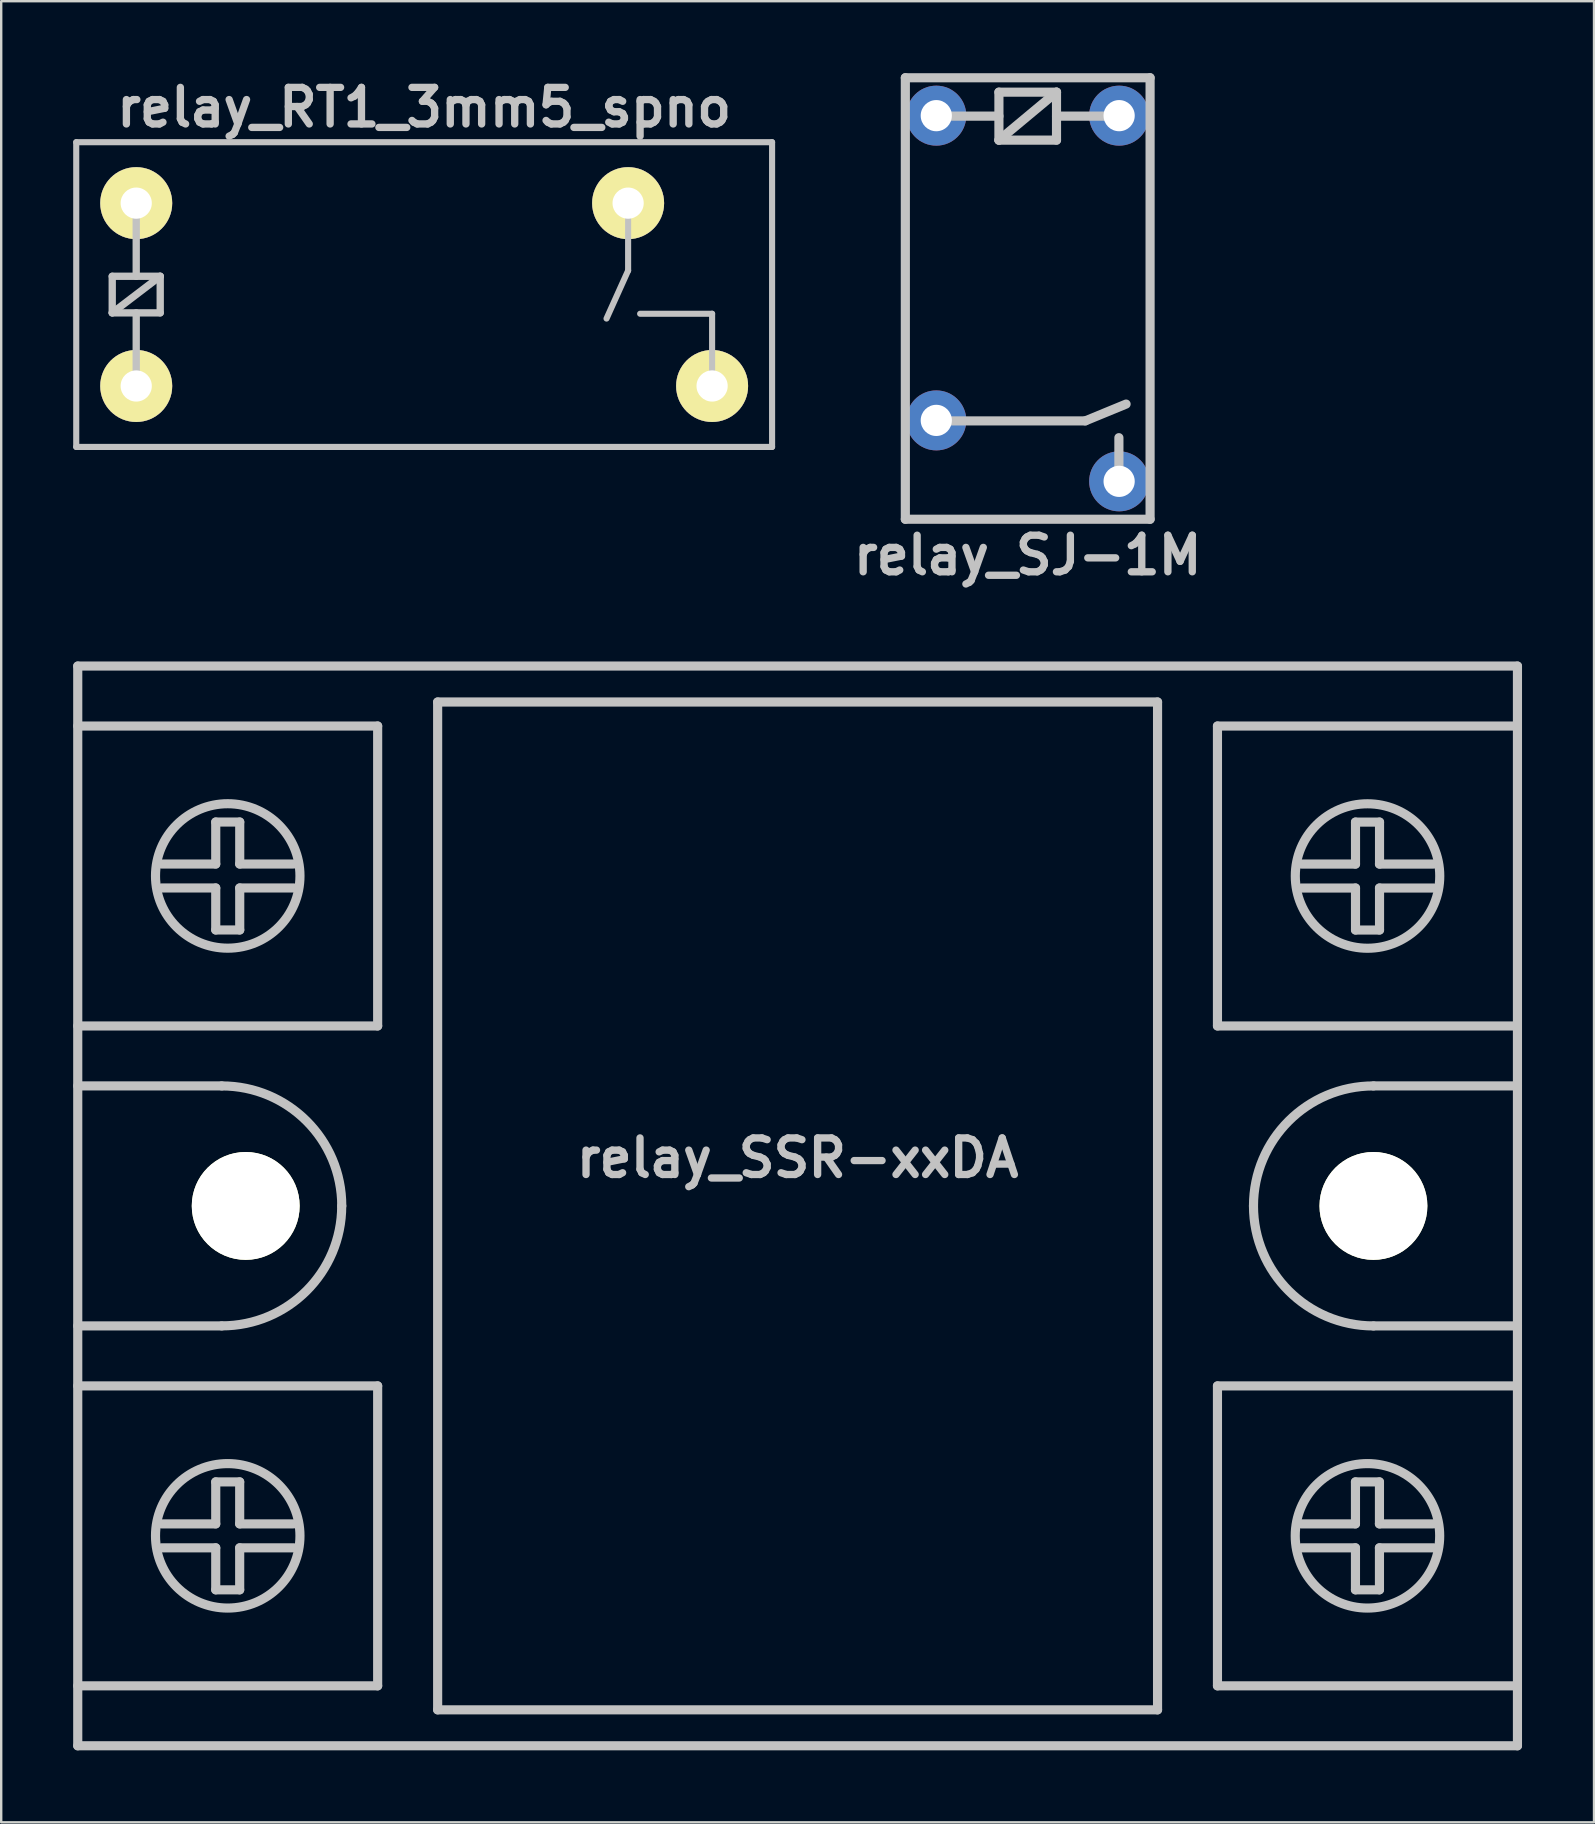
<source format=kicad_pcb>
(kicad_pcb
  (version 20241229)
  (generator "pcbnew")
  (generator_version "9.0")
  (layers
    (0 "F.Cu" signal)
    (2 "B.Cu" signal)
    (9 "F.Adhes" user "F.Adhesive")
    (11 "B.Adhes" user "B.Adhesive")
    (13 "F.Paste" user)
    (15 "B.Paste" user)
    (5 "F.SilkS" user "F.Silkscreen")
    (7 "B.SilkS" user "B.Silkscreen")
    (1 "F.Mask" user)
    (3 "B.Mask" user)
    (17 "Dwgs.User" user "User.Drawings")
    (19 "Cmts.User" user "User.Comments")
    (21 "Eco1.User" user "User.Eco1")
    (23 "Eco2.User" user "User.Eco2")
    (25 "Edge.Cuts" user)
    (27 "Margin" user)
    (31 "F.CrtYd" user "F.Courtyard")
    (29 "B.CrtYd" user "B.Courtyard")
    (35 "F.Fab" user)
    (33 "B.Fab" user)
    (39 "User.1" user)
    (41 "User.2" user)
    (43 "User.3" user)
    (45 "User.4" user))
  (footprint "relay_SSR-xxDA"
    (layer "F.Cu")
    (at 30.19 47.207)
    (property "Reference" "relay_SSR-xxDA" (at 0 -1.999 0) (layer "Dwgs.User") (effects (font (size 1.524 1.524) (thickness 0.305))))
    (attr through_hole)
    (fp_line (start -30 -22.499) (end 30 -22.499) (stroke (width 0.381) (type solid)) (layer "Dwgs.User"))
    (fp_line (start -30 -7.501) (end -17.501 -7.501) (stroke (width 0.381) (type solid)) (layer "Dwgs.User"))
    (fp_line (start -30 20) (end -17.501 20) (stroke (width 0.381) (type solid)) (layer "Dwgs.User"))
    (fp_line (start -30 22.499) (end -30 -22.499) (stroke (width 0.381) (type solid)) (layer "Dwgs.User"))
    (fp_line (start -26.5 -14.249) (end -24.249 -14.249) (stroke (width 0.381) (type solid)) (layer "Dwgs.User"))
    (fp_line (start -26.5 13.251) (end -24.249 13.251) (stroke (width 0.381) (type solid)) (layer "Dwgs.User"))
    (fp_line (start -24.249 -15.999) (end -24.249 -14.249) (stroke (width 0.381) (type solid)) (layer "Dwgs.User"))
    (fp_line (start -24.249 -15.999) (end -23.249 -15.999) (stroke (width 0.381) (type solid)) (layer "Dwgs.User"))
    (fp_line (start -24.249 -13.251) (end -26.5 -13.251) (stroke (width 0.381) (type solid)) (layer "Dwgs.User"))
    (fp_line (start -24.249 -11.501) (end -24.249 -13.251) (stroke (width 0.381) (type solid)) (layer "Dwgs.User"))
    (fp_line (start -24.249 -11.501) (end -23.249 -11.501) (stroke (width 0.381) (type solid)) (layer "Dwgs.User"))
    (fp_line (start -24.249 11.501) (end -23.251 11.501) (stroke (width 0.381) (type solid)) (layer "Dwgs.User"))
    (fp_line (start -24.249 13.251) (end -24.249 11.501) (stroke (width 0.381) (type solid)) (layer "Dwgs.User"))
    (fp_line (start -24.249 14.249) (end -26.5 14.249) (stroke (width 0.381) (type solid)) (layer "Dwgs.User"))
    (fp_line (start -24.249 15.999) (end -24.249 14.249) (stroke (width 0.381) (type solid)) (layer "Dwgs.User"))
    (fp_line (start -24 -5.001) (end -30 -5.001) (stroke (width 0.381) (type solid)) (layer "Dwgs.User"))
    (fp_line (start -24 5.001) (end -30 5.001) (stroke (width 0.381) (type solid)) (layer "Dwgs.User"))
    (fp_line (start -23.251 -14.249) (end -21.001 -14.249) (stroke (width 0.381) (type solid)) (layer "Dwgs.User"))
    (fp_line (start -23.251 13.251) (end -23.251 11.501) (stroke (width 0.381) (type solid)) (layer "Dwgs.User"))
    (fp_line (start -23.251 13.251) (end -21.001 13.251) (stroke (width 0.381) (type solid)) (layer "Dwgs.User"))
    (fp_line (start -23.251 15.999) (end -24.249 15.999) (stroke (width 0.381) (type solid)) (layer "Dwgs.User"))
    (fp_line (start -23.251 15.999) (end -23.251 14.249) (stroke (width 0.381) (type solid)) (layer "Dwgs.User"))
    (fp_line (start -23.249 -15.999) (end -23.249 -14.249) (stroke (width 0.381) (type solid)) (layer "Dwgs.User"))
    (fp_line (start -23.249 -11.501) (end -23.249 -13.251) (stroke (width 0.381) (type solid)) (layer "Dwgs.User"))
    (fp_line (start -21.001 -13.251) (end -23.251 -13.251) (stroke (width 0.381) (type solid)) (layer "Dwgs.User"))
    (fp_line (start -21.001 14.249) (end -23.251 14.249) (stroke (width 0.381) (type solid)) (layer "Dwgs.User"))
    (fp_line (start -17.501 -20) (end -30 -20) (stroke (width 0.381) (type solid)) (layer "Dwgs.User"))
    (fp_line (start -17.501 -7.501) (end -17.501 -20) (stroke (width 0.381) (type solid)) (layer "Dwgs.User"))
    (fp_line (start -17.501 7.501) (end -30 7.501) (stroke (width 0.381) (type solid)) (layer "Dwgs.User"))
    (fp_line (start -17.501 20) (end -17.501 7.501) (stroke (width 0.381) (type solid)) (layer "Dwgs.User"))
    (fp_line (start -15.001 -21.001) (end 15.001 -21.001) (stroke (width 0.381) (type solid)) (layer "Dwgs.User"))
    (fp_line (start -15.001 21.001) (end -15.001 -21.001) (stroke (width 0.381) (type solid)) (layer "Dwgs.User"))
    (fp_line (start 15.001 -21.001) (end 15.001 21.001) (stroke (width 0.381) (type solid)) (layer "Dwgs.User"))
    (fp_line (start 15.001 21.001) (end -15.001 21.001) (stroke (width 0.381) (type solid)) (layer "Dwgs.User"))
    (fp_line (start 17.498 -7.501) (end 17.498 -20) (stroke (width 0.381) (type solid)) (layer "Dwgs.User"))
    (fp_line (start 17.498 -7.501) (end 29.997 -7.501) (stroke (width 0.381) (type solid)) (layer "Dwgs.User"))
    (fp_line (start 17.498 20) (end 17.498 7.501) (stroke (width 0.381) (type solid)) (layer "Dwgs.User"))
    (fp_line (start 17.498 20) (end 29.997 20) (stroke (width 0.381) (type solid)) (layer "Dwgs.User"))
    (fp_line (start 20.998 13.251) (end 23.249 13.251) (stroke (width 0.381) (type solid)) (layer "Dwgs.User"))
    (fp_line (start 21.001 -14.247) (end 23.251 -14.247) (stroke (width 0.381) (type solid)) (layer "Dwgs.User"))
    (fp_line (start 23.249 11.501) (end 23.249 13.251) (stroke (width 0.381) (type solid)) (layer "Dwgs.User"))
    (fp_line (start 23.249 11.501) (end 24.249 11.501) (stroke (width 0.381) (type solid)) (layer "Dwgs.User"))
    (fp_line (start 23.249 14.249) (end 20.998 14.249) (stroke (width 0.381) (type solid)) (layer "Dwgs.User"))
    (fp_line (start 23.249 15.999) (end 23.249 14.249) (stroke (width 0.381) (type solid)) (layer "Dwgs.User"))
    (fp_line (start 23.249 15.999) (end 24.249 15.999) (stroke (width 0.381) (type solid)) (layer "Dwgs.User"))
    (fp_line (start 23.251 -15.997) (end 23.251 -14.247) (stroke (width 0.381) (type solid)) (layer "Dwgs.User"))
    (fp_line (start 23.251 -15.997) (end 24.252 -15.997) (stroke (width 0.381) (type solid)) (layer "Dwgs.User"))
    (fp_line (start 23.251 -13.249) (end 21.001 -13.249) (stroke (width 0.381) (type solid)) (layer "Dwgs.User"))
    (fp_line (start 23.251 -11.499) (end 23.251 -13.249) (stroke (width 0.381) (type solid)) (layer "Dwgs.User"))
    (fp_line (start 23.251 -11.499) (end 24.252 -11.499) (stroke (width 0.381) (type solid)) (layer "Dwgs.User"))
    (fp_line (start 24 -5.001) (end 30 -5.001) (stroke (width 0.381) (type solid)) (layer "Dwgs.User"))
    (fp_line (start 24 5.001) (end 30 5.001) (stroke (width 0.381) (type solid)) (layer "Dwgs.User"))
    (fp_line (start 24.247 13.251) (end 26.497 13.251) (stroke (width 0.381) (type solid)) (layer "Dwgs.User"))
    (fp_line (start 24.249 -14.247) (end 26.5 -14.247) (stroke (width 0.381) (type solid)) (layer "Dwgs.User"))
    (fp_line (start 24.249 11.501) (end 24.249 13.251) (stroke (width 0.381) (type solid)) (layer "Dwgs.User"))
    (fp_line (start 24.249 15.999) (end 24.249 14.249) (stroke (width 0.381) (type solid)) (layer "Dwgs.User"))
    (fp_line (start 24.252 -15.997) (end 24.252 -14.247) (stroke (width 0.381) (type solid)) (layer "Dwgs.User"))
    (fp_line (start 24.252 -11.499) (end 24.252 -13.249) (stroke (width 0.381) (type solid)) (layer "Dwgs.User"))
    (fp_line (start 26.497 14.249) (end 24.247 14.249) (stroke (width 0.381) (type solid)) (layer "Dwgs.User"))
    (fp_line (start 26.5 -13.249) (end 24.249 -13.249) (stroke (width 0.381) (type solid)) (layer "Dwgs.User"))
    (fp_line (start 29.997 -20) (end 17.498 -20) (stroke (width 0.381) (type solid)) (layer "Dwgs.User"))
    (fp_line (start 29.997 7.501) (end 17.498 7.501) (stroke (width 0.381) (type solid)) (layer "Dwgs.User"))
    (fp_line (start 30 -22.499) (end 30 22.499) (stroke (width 0.381) (type solid)) (layer "Dwgs.User"))
    (fp_line (start 30 22.499) (end -30 22.499) (stroke (width 0.381) (type solid)) (layer "Dwgs.User"))
    (fp_arc (start -23.99792 -5.00126) (mid -20.461495 -3.536425) (end -18.99666 0) (stroke (width 0.381) (type solid)) (layer "Dwgs.User"))
    (fp_arc (start -18.9992 0) (mid -20.463291 3.534629) (end -23.99792 4.99872) (stroke (width 0.381) (type solid)) (layer "Dwgs.User"))
    (fp_arc (start 18.9992 0) (mid 20.464035 -3.536425) (end 24.00046 -5.00126) (stroke (width 0.381) (type solid)) (layer "Dwgs.User"))
    (fp_arc (start 24.00046 5.00126) (mid 20.464035 3.536425) (end 18.9992 0) (stroke (width 0.381) (type solid)) (layer "Dwgs.User"))
    (fp_circle (center -23.749 -13.752) (end -26.749 -13.503) (stroke (width 0.381) (type solid)) (fill no) (layer "Dwgs.User"))
    (fp_circle (center -23.749 13.749) (end -26.749 13.998) (stroke (width 0.381) (type solid)) (fill no) (layer "Dwgs.User"))
    (fp_circle (center 23.749 13.749) (end 20.749 13.998) (stroke (width 0.381) (type solid)) (fill no) (layer "Dwgs.User"))
    (fp_circle (center 23.752 -13.749) (end 20.752 -13.5) (stroke (width 0.381) (type solid)) (fill no) (layer "Dwgs.User"))
    (pad "" np_thru_hole circle (at -23 0) (size 4.496 4.496) (drill 4.496) (layers "*.Cu" "*.Mask" "F.SilkS"))
    (pad "" np_thru_hole circle (at 23.998 0) (size 4.496 4.496) (drill 4.496) (layers "*.Cu" "*.Mask" "F.SilkS")))
  (footprint "relay_SJ-1M"
    (layer "F.Cu")
    (at 39.78 9.39)
    (property "Reference" "relay_SJ-1M" (at 0 10.7 0) (layer "Dwgs.User") (effects (font (size 1.524 1.524) (thickness 0.305))))
    (attr through_hole)
    (fp_line (start -5.1 -9.2) (end -5.1 9.2) (stroke (width 0.381) (type solid)) (layer "Dwgs.User"))
    (fp_line (start -5.1 -9.2) (end 5.1 -9.2) (stroke (width 0.381) (type solid)) (layer "Dwgs.User"))
    (fp_line (start -5.1 9.2) (end 5.1 9.2) (stroke (width 0.381) (type solid)) (layer "Dwgs.User"))
    (fp_line (start -3.8 -7.6) (end -1.2 -7.6) (stroke (width 0.381) (type solid)) (layer "Dwgs.User"))
    (fp_line (start -3.8 5.1) (end 2.4 5.1) (stroke (width 0.381) (type solid)) (layer "Dwgs.User"))
    (fp_line (start -1.2 -8.6) (end -1.2 -6.6) (stroke (width 0.381) (type solid)) (layer "Dwgs.User"))
    (fp_line (start -1.2 -6.6) (end 1.2 -8.6) (stroke (width 0.381) (type solid)) (layer "Dwgs.User"))
    (fp_line (start -1.2 -6.6) (end 1.2 -6.6) (stroke (width 0.381) (type solid)) (layer "Dwgs.User"))
    (fp_line (start 1.2 -8.6) (end -1.2 -8.6) (stroke (width 0.381) (type solid)) (layer "Dwgs.User"))
    (fp_line (start 1.2 -6.6) (end 1.2 -8.6) (stroke (width 0.381) (type solid)) (layer "Dwgs.User"))
    (fp_line (start 2.4 5.1) (end 4.1 4.4) (stroke (width 0.381) (type solid)) (layer "Dwgs.User"))
    (fp_line (start 3.8 -7.6) (end 1.2 -7.6) (stroke (width 0.381) (type solid)) (layer "Dwgs.User"))
    (fp_line (start 3.8 7.6) (end 3.8 5.8) (stroke (width 0.381) (type solid)) (layer "Dwgs.User"))
    (fp_line (start 5.1 -9.2) (end 5.1 9.2) (stroke (width 0.381) (type solid)) (layer "Dwgs.User"))
    (pad "1" thru_hole circle (at -3.81 -7.62) (size 2.5 2.5) (drill 1.3) (layers "*.Cu" "*.Mask"))
    (pad "2" thru_hole circle (at 3.81 -7.62) (size 2.5 2.5) (drill 1.3) (layers "*.Cu" "*.Mask"))
    (pad "3" thru_hole circle (at -3.81 5.08) (size 2.5 2.5) (drill 1.3) (layers "*.Cu" "*.Mask"))
    (pad "4" thru_hole circle (at 3.81 7.62) (size 2.5 2.5) (drill 1.3) (layers "*.Cu" "*.Mask")))
  (footprint "relay_RT1_3mm5_spno"
    (layer "F.Cu")
    (at 14.627 9.226)
    (property "Reference" "relay_RT1_3mm5_spno" (at 0 -7.8 0) (layer "Dwgs.User") (effects (font (size 1.524 1.524) (thickness 0.305))))
    (attr through_hole)
    (fp_line (start -14.5 -6.35) (end -14.5 6.35) (stroke (width 0.254) (type solid)) (layer "Dwgs.User"))
    (fp_line (start -14.5 6.35) (end 14.5 6.35) (stroke (width 0.254) (type solid)) (layer "Dwgs.User"))
    (fp_line (start -13 -0.762) (end -11 -0.762) (stroke (width 0.305) (type solid)) (layer "Dwgs.User"))
    (fp_line (start -13 0.762) (end -13 -0.762) (stroke (width 0.305) (type solid)) (layer "Dwgs.User"))
    (fp_line (start -13 0.762) (end -11 -0.762) (stroke (width 0.305) (type solid)) (layer "Dwgs.User"))
    (fp_line (start -12 -3.81) (end -12 -0.762) (stroke (width 0.305) (type solid)) (layer "Dwgs.User"))
    (fp_line (start -12 3.81) (end -12 0.762) (stroke (width 0.305) (type solid)) (layer "Dwgs.User"))
    (fp_line (start -11 -0.762) (end -11 0.762) (stroke (width 0.305) (type solid)) (layer "Dwgs.User"))
    (fp_line (start -11 0.762) (end -13 0.762) (stroke (width 0.305) (type solid)) (layer "Dwgs.User"))
    (fp_line (start 8.5 -3.8) (end 8.5 -1) (stroke (width 0.254) (type solid)) (layer "Dwgs.User"))
    (fp_line (start 8.5 -1) (end 7.6 1) (stroke (width 0.254) (type solid)) (layer "Dwgs.User"))
    (fp_line (start 12 0.8) (end 9 0.8) (stroke (width 0.254) (type solid)) (layer "Dwgs.User"))
    (fp_line (start 12 3.8) (end 12 0.8) (stroke (width 0.254) (type solid)) (layer "Dwgs.User"))
    (fp_line (start 14.5 -6.35) (end -14.5 -6.35) (stroke (width 0.254) (type solid)) (layer "Dwgs.User"))
    (fp_line (start 14.5 6.35) (end 14.5 -6.35) (stroke (width 0.254) (type solid)) (layer "Dwgs.User"))
    (pad "1" thru_hole circle (at -12 3.81) (size 3 3) (drill 1.3) (layers "*.Cu" "*.Mask" "F.SilkS"))
    (pad "2" thru_hole circle (at -12 -3.81) (size 3 3) (drill 1.3) (layers "*.Cu" "*.Mask" "F.SilkS"))
    (pad "11" thru_hole circle (at 8.5 -3.81) (size 3 3) (drill 1.3) (layers "*.Cu" "*.Mask" "F.SilkS"))
    (pad "14" thru_hole circle (at 12 3.81) (size 3 3) (drill 1.3) (layers "*.Cu" "*.Mask" "F.SilkS")))
  (gr_rect
    (start -3 -3)
    (end 63.381 72.897)
    (stroke (width 0.1) (type default))
    (fill no)
    (layer "Edge.Cuts")))
</source>
